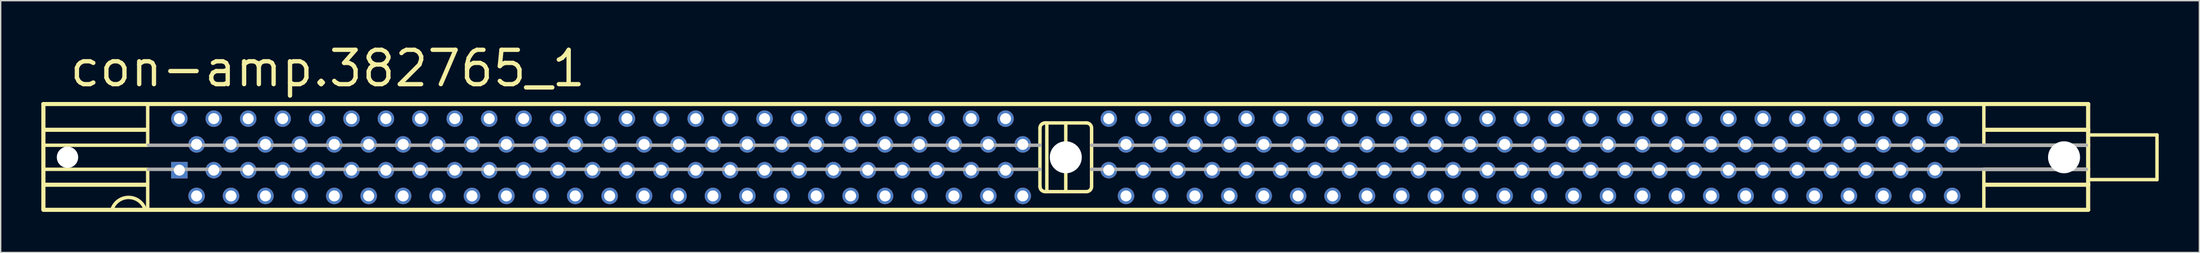
<source format=kicad_pcb>
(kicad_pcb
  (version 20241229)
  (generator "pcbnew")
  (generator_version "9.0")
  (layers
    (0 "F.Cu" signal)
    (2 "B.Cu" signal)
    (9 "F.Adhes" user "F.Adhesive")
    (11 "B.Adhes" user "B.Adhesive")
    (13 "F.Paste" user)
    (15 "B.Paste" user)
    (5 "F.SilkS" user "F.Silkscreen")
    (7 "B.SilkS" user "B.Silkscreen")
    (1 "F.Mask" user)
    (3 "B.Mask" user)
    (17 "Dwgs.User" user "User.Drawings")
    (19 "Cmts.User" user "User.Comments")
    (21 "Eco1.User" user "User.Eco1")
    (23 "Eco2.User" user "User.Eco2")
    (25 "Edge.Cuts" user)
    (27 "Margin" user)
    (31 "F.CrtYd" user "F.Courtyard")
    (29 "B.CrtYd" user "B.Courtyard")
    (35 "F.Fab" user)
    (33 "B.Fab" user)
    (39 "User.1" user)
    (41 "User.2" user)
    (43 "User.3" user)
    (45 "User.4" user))
  (footprint "con-amp.382765_1"
    (layer "F.Cu")
    (at 75.59 8.58)
    (property "Reference" "con-amp.382765_1" (at -73.66 -5.08 0) (layer "F.SilkS") (effects (font (size 2.54 2.54) (thickness 0.32)) (justify left bottom)))
    (attr through_hole)
    (fp_line (start -75.438 -3.937) (end -75.438 3.81) (stroke (width 0.305) (type default)) (layer "F.SilkS"))
    (fp_line (start -75.438 -3.937) (end 75.438 -3.937) (stroke (width 0.305) (type default)) (layer "F.SilkS"))
    (fp_line (start -75.438 -0.889) (end -67.818 -0.889) (stroke (width 0.254) (type default)) (layer "F.SilkS"))
    (fp_line (start -75.438 0.889) (end -67.818 0.889) (stroke (width 0.254) (type default)) (layer "F.SilkS"))
    (fp_line (start -75.311 -2.032) (end -67.818 -2.032) (stroke (width 0.305) (type default)) (layer "F.SilkS"))
    (fp_line (start -75.311 2.032) (end -67.818 2.032) (stroke (width 0.305) (type default)) (layer "F.SilkS"))
    (fp_line (start -67.742 -3.861) (end -67.742 -0.889) (stroke (width 0.254) (type default)) (layer "F.SilkS"))
    (fp_line (start -67.742 0.889) (end -67.742 3.81) (stroke (width 0.254) (type default)) (layer "F.SilkS"))
    (fp_line (start -1.905 -2.159) (end -1.905 2.159) (stroke (width 0.254) (type default)) (layer "F.SilkS"))
    (fp_line (start -1.524 2.54) (end -1.397 2.54) (stroke (width 0.254) (type default)) (layer "F.SilkS"))
    (fp_line (start -1.397 -2.54) (end -1.524 -2.54) (stroke (width 0.254) (type default)) (layer "F.SilkS"))
    (fp_line (start -1.397 2.54) (end -1.397 -2.54) (stroke (width 0.254) (type default)) (layer "F.SilkS"))
    (fp_line (start -1.397 2.54) (end 0 2.54) (stroke (width 0.254) (type default)) (layer "F.SilkS"))
    (fp_line (start 0 -2.54) (end -1.397 -2.54) (stroke (width 0.254) (type default)) (layer "F.SilkS"))
    (fp_line (start 0 2.54) (end 0 -2.54) (stroke (width 0.254) (type default)) (layer "F.SilkS"))
    (fp_line (start 0 2.54) (end 1.524 2.54) (stroke (width 0.254) (type default)) (layer "F.SilkS"))
    (fp_line (start 1.524 -2.54) (end 0 -2.54) (stroke (width 0.254) (type default)) (layer "F.SilkS"))
    (fp_line (start 1.905 2.159) (end 1.905 -2.159) (stroke (width 0.254) (type default)) (layer "F.SilkS"))
    (fp_line (start 67.742 -3.861) (end 67.742 -0.889) (stroke (width 0.254) (type default)) (layer "F.SilkS"))
    (fp_line (start 67.742 0.889) (end 67.742 3.81) (stroke (width 0.254) (type default)) (layer "F.SilkS"))
    (fp_line (start 75.438 -3.937) (end 75.438 -2.032) (stroke (width 0.305) (type default)) (layer "F.SilkS"))
    (fp_line (start 75.438 -2.032) (end 67.818 -2.032) (stroke (width 0.305) (type default)) (layer "F.SilkS"))
    (fp_line (start 75.438 -2.032) (end 75.438 -0.889) (stroke (width 0.305) (type default)) (layer "F.SilkS"))
    (fp_line (start 75.438 -0.889) (end 67.818 -0.889) (stroke (width 0.254) (type default)) (layer "F.SilkS"))
    (fp_line (start 75.438 -0.889) (end 75.438 0.889) (stroke (width 0.305) (type default)) (layer "F.SilkS"))
    (fp_line (start 75.438 0.889) (end 67.818 0.889) (stroke (width 0.254) (type default)) (layer "F.SilkS"))
    (fp_line (start 75.438 0.889) (end 75.438 2.032) (stroke (width 0.305) (type default)) (layer "F.SilkS"))
    (fp_line (start 75.438 2.032) (end 67.818 2.032) (stroke (width 0.305) (type default)) (layer "F.SilkS"))
    (fp_line (start 75.438 2.032) (end 75.438 3.886) (stroke (width 0.305) (type default)) (layer "F.SilkS"))
    (fp_line (start 75.438 3.886) (end -75.438 3.886) (stroke (width 0.305) (type default)) (layer "F.SilkS"))
    (fp_line (start 75.565 -1.651) (end 80.518 -1.651) (stroke (width 0.254) (type default)) (layer "F.SilkS"))
    (fp_line (start 80.518 -1.651) (end 80.518 1.651) (stroke (width 0.254) (type default)) (layer "F.SilkS"))
    (fp_line (start 80.518 1.651) (end 75.565 1.651) (stroke (width 0.254) (type default)) (layer "F.SilkS"))
    (fp_arc (start -70.358 3.81) (mid -69.1515 2.968723) (end -67.945 3.81) (stroke (width 0.254) (type default)) (layer "F.SilkS"))
    (fp_arc (start -1.905 -2.159) (mid -1.793408 -2.428408) (end -1.524 -2.54) (stroke (width 0.254) (type default)) (layer "F.SilkS"))
    (fp_arc (start -1.524 2.54) (mid -1.793408 2.428408) (end -1.905 2.159) (stroke (width 0.254) (type default)) (layer "F.SilkS"))
    (fp_arc (start 1.524 -2.54) (mid 1.793408 -2.428408) (end 1.905 -2.159) (stroke (width 0.254) (type default)) (layer "F.SilkS"))
    (fp_arc (start 1.905 2.159) (mid 1.793408 2.428408) (end 1.524 2.54) (stroke (width 0.254) (type default)) (layer "F.SilkS"))
    (fp_line (start -67.691 -0.889) (end -1.905 -0.889) (stroke (width 0.254) (type default)) (layer "F.Fab"))
    (fp_line (start -67.691 0.889) (end -1.905 0.889) (stroke (width 0.254) (type default)) (layer "F.Fab"))
    (fp_line (start 1.905 -0.889) (end 75.311 -0.889) (stroke (width 0.254) (type default)) (layer "F.Fab"))
    (fp_line (start 1.905 0.889) (end 75.311 0.889) (stroke (width 0.254) (type default)) (layer "F.Fab"))
    (pad "" np_thru_hole circle (at -73.66 0) (size 1.575 1.575) (drill 1.575) (layers "*.Cu" "*.Mask"))
    (pad "" np_thru_hole circle (at 0 0) (size 2.362 2.362) (drill 2.362) (layers "*.Cu" "*.Mask"))
    (pad "" np_thru_hole circle (at 73.66 0) (size 2.362 2.362) (drill 2.362) (layers "*.Cu" "*.Mask"))
    (pad "1" thru_hole rect (at -65.405 0.953) (size 1.219 1.219) (drill 0.813) (layers "*.Cu" "*.Mask"))
    (pad "2" thru_hole circle (at -64.135 2.857) (size 1.219 1.219) (drill 0.813) (layers "*.Cu" "*.Mask"))
    (pad "3" thru_hole circle (at -62.865 0.953) (size 1.219 1.219) (drill 0.813) (layers "*.Cu" "*.Mask"))
    (pad "4" thru_hole circle (at -61.595 2.857) (size 1.219 1.219) (drill 0.813) (layers "*.Cu" "*.Mask"))
    (pad "5" thru_hole circle (at -60.325 0.953) (size 1.219 1.219) (drill 0.813) (layers "*.Cu" "*.Mask"))
    (pad "6" thru_hole circle (at -59.055 2.857) (size 1.219 1.219) (drill 0.813) (layers "*.Cu" "*.Mask"))
    (pad "7" thru_hole circle (at -57.785 0.953) (size 1.219 1.219) (drill 0.813) (layers "*.Cu" "*.Mask"))
    (pad "8" thru_hole circle (at -56.515 2.857) (size 1.219 1.219) (drill 0.813) (layers "*.Cu" "*.Mask"))
    (pad "9" thru_hole circle (at -55.245 0.953) (size 1.219 1.219) (drill 0.813) (layers "*.Cu" "*.Mask"))
    (pad "10" thru_hole circle (at -53.975 2.857) (size 1.219 1.219) (drill 0.813) (layers "*.Cu" "*.Mask"))
    (pad "11" thru_hole circle (at -52.705 0.953) (size 1.219 1.219) (drill 0.813) (layers "*.Cu" "*.Mask"))
    (pad "12" thru_hole circle (at -51.435 2.857) (size 1.219 1.219) (drill 0.813) (layers "*.Cu" "*.Mask"))
    (pad "13" thru_hole circle (at -50.165 0.953) (size 1.219 1.219) (drill 0.813) (layers "*.Cu" "*.Mask"))
    (pad "14" thru_hole circle (at -48.895 2.857) (size 1.219 1.219) (drill 0.813) (layers "*.Cu" "*.Mask"))
    (pad "15" thru_hole circle (at -47.625 0.953) (size 1.219 1.219) (drill 0.813) (layers "*.Cu" "*.Mask"))
    (pad "16" thru_hole circle (at -46.355 2.857) (size 1.219 1.219) (drill 0.813) (layers "*.Cu" "*.Mask"))
    (pad "17" thru_hole circle (at -45.085 0.953) (size 1.219 1.219) (drill 0.813) (layers "*.Cu" "*.Mask"))
    (pad "18" thru_hole circle (at -43.815 2.857) (size 1.219 1.219) (drill 0.813) (layers "*.Cu" "*.Mask"))
    (pad "19" thru_hole circle (at -42.545 0.953) (size 1.219 1.219) (drill 0.813) (layers "*.Cu" "*.Mask"))
    (pad "20" thru_hole circle (at -41.275 2.857) (size 1.219 1.219) (drill 0.813) (layers "*.Cu" "*.Mask"))
    (pad "21" thru_hole circle (at -40.005 0.953) (size 1.219 1.219) (drill 0.813) (layers "*.Cu" "*.Mask"))
    (pad "22" thru_hole circle (at -38.735 2.857) (size 1.219 1.219) (drill 0.813) (layers "*.Cu" "*.Mask"))
    (pad "23" thru_hole circle (at -37.465 0.953) (size 1.219 1.219) (drill 0.813) (layers "*.Cu" "*.Mask"))
    (pad "24" thru_hole circle (at -36.195 2.857) (size 1.219 1.219) (drill 0.813) (layers "*.Cu" "*.Mask"))
    (pad "25" thru_hole circle (at -34.925 0.953) (size 1.219 1.219) (drill 0.813) (layers "*.Cu" "*.Mask"))
    (pad "26" thru_hole circle (at -33.655 2.857) (size 1.219 1.219) (drill 0.813) (layers "*.Cu" "*.Mask"))
    (pad "27" thru_hole circle (at -32.385 0.953) (size 1.219 1.219) (drill 0.813) (layers "*.Cu" "*.Mask"))
    (pad "28" thru_hole circle (at -31.115 2.857) (size 1.219 1.219) (drill 0.813) (layers "*.Cu" "*.Mask"))
    (pad "29" thru_hole circle (at -29.845 0.953) (size 1.219 1.219) (drill 0.813) (layers "*.Cu" "*.Mask"))
    (pad "30" thru_hole circle (at -28.575 2.857) (size 1.219 1.219) (drill 0.813) (layers "*.Cu" "*.Mask"))
    (pad "31" thru_hole circle (at -27.305 0.953) (size 1.219 1.219) (drill 0.813) (layers "*.Cu" "*.Mask"))
    (pad "32" thru_hole circle (at -26.035 2.857) (size 1.219 1.219) (drill 0.813) (layers "*.Cu" "*.Mask"))
    (pad "33" thru_hole circle (at -24.765 0.953) (size 1.219 1.219) (drill 0.813) (layers "*.Cu" "*.Mask"))
    (pad "34" thru_hole circle (at -23.495 2.857) (size 1.219 1.219) (drill 0.813) (layers "*.Cu" "*.Mask"))
    (pad "35" thru_hole circle (at -22.225 0.953) (size 1.219 1.219) (drill 0.813) (layers "*.Cu" "*.Mask"))
    (pad "36" thru_hole circle (at -20.955 2.857) (size 1.219 1.219) (drill 0.813) (layers "*.Cu" "*.Mask"))
    (pad "37" thru_hole circle (at -19.685 0.953) (size 1.219 1.219) (drill 0.813) (layers "*.Cu" "*.Mask"))
    (pad "38" thru_hole circle (at -18.415 2.857) (size 1.219 1.219) (drill 0.813) (layers "*.Cu" "*.Mask"))
    (pad "39" thru_hole circle (at -17.145 0.953) (size 1.219 1.219) (drill 0.813) (layers "*.Cu" "*.Mask"))
    (pad "40" thru_hole circle (at -15.875 2.857) (size 1.219 1.219) (drill 0.813) (layers "*.Cu" "*.Mask"))
    (pad "41" thru_hole circle (at -14.605 0.953) (size 1.219 1.219) (drill 0.813) (layers "*.Cu" "*.Mask"))
    (pad "42" thru_hole circle (at -13.335 2.857) (size 1.219 1.219) (drill 0.813) (layers "*.Cu" "*.Mask"))
    (pad "43" thru_hole circle (at -12.065 0.953) (size 1.219 1.219) (drill 0.813) (layers "*.Cu" "*.Mask"))
    (pad "44" thru_hole circle (at -10.795 2.857) (size 1.219 1.219) (drill 0.813) (layers "*.Cu" "*.Mask"))
    (pad "45" thru_hole circle (at -9.525 0.953) (size 1.219 1.219) (drill 0.813) (layers "*.Cu" "*.Mask"))
    (pad "46" thru_hole circle (at -8.255 2.857) (size 1.219 1.219) (drill 0.813) (layers "*.Cu" "*.Mask"))
    (pad "47" thru_hole circle (at -6.985 0.953) (size 1.219 1.219) (drill 0.813) (layers "*.Cu" "*.Mask"))
    (pad "48" thru_hole circle (at -5.715 2.857) (size 1.219 1.219) (drill 0.813) (layers "*.Cu" "*.Mask"))
    (pad "49" thru_hole circle (at -4.445 0.953) (size 1.219 1.219) (drill 0.813) (layers "*.Cu" "*.Mask"))
    (pad "50" thru_hole circle (at -3.175 2.857) (size 1.219 1.219) (drill 0.813) (layers "*.Cu" "*.Mask"))
    (pad "51" thru_hole circle (at 3.175 0.953) (size 1.219 1.219) (drill 0.813) (layers "*.Cu" "*.Mask"))
    (pad "52" thru_hole circle (at 4.445 2.857) (size 1.219 1.219) (drill 0.813) (layers "*.Cu" "*.Mask"))
    (pad "53" thru_hole circle (at 5.715 0.953) (size 1.219 1.219) (drill 0.813) (layers "*.Cu" "*.Mask"))
    (pad "54" thru_hole circle (at 6.985 2.857) (size 1.219 1.219) (drill 0.813) (layers "*.Cu" "*.Mask"))
    (pad "55" thru_hole circle (at 8.255 0.953) (size 1.219 1.219) (drill 0.813) (layers "*.Cu" "*.Mask"))
    (pad "56" thru_hole circle (at 9.525 2.857) (size 1.219 1.219) (drill 0.813) (layers "*.Cu" "*.Mask"))
    (pad "57" thru_hole circle (at 10.795 0.953) (size 1.219 1.219) (drill 0.813) (layers "*.Cu" "*.Mask"))
    (pad "58" thru_hole circle (at 12.065 2.857) (size 1.219 1.219) (drill 0.813) (layers "*.Cu" "*.Mask"))
    (pad "59" thru_hole circle (at 13.335 0.953) (size 1.219 1.219) (drill 0.813) (layers "*.Cu" "*.Mask"))
    (pad "60" thru_hole circle (at 14.605 2.857) (size 1.219 1.219) (drill 0.813) (layers "*.Cu" "*.Mask"))
    (pad "61" thru_hole circle (at 15.875 0.953) (size 1.219 1.219) (drill 0.813) (layers "*.Cu" "*.Mask"))
    (pad "62" thru_hole circle (at 17.145 2.857) (size 1.219 1.219) (drill 0.813) (layers "*.Cu" "*.Mask"))
    (pad "63" thru_hole circle (at 18.415 0.953) (size 1.219 1.219) (drill 0.813) (layers "*.Cu" "*.Mask"))
    (pad "64" thru_hole circle (at 19.685 2.857) (size 1.219 1.219) (drill 0.813) (layers "*.Cu" "*.Mask"))
    (pad "65" thru_hole circle (at 20.955 0.953) (size 1.219 1.219) (drill 0.813) (layers "*.Cu" "*.Mask"))
    (pad "66" thru_hole circle (at 22.225 2.857) (size 1.219 1.219) (drill 0.813) (layers "*.Cu" "*.Mask"))
    (pad "67" thru_hole circle (at 23.495 0.953) (size 1.219 1.219) (drill 0.813) (layers "*.Cu" "*.Mask"))
    (pad "68" thru_hole circle (at 24.765 2.857) (size 1.219 1.219) (drill 0.813) (layers "*.Cu" "*.Mask"))
    (pad "69" thru_hole circle (at 26.035 0.953) (size 1.219 1.219) (drill 0.813) (layers "*.Cu" "*.Mask"))
    (pad "70" thru_hole circle (at 27.305 2.857) (size 1.219 1.219) (drill 0.813) (layers "*.Cu" "*.Mask"))
    (pad "71" thru_hole circle (at 28.575 0.953) (size 1.219 1.219) (drill 0.813) (layers "*.Cu" "*.Mask"))
    (pad "72" thru_hole circle (at 29.845 2.857) (size 1.219 1.219) (drill 0.813) (layers "*.Cu" "*.Mask"))
    (pad "73" thru_hole circle (at 31.115 0.953) (size 1.219 1.219) (drill 0.813) (layers "*.Cu" "*.Mask"))
    (pad "74" thru_hole circle (at 32.385 2.857) (size 1.219 1.219) (drill 0.813) (layers "*.Cu" "*.Mask"))
    (pad "75" thru_hole circle (at 33.655 0.953) (size 1.219 1.219) (drill 0.813) (layers "*.Cu" "*.Mask"))
    (pad "76" thru_hole circle (at 34.925 2.857) (size 1.219 1.219) (drill 0.813) (layers "*.Cu" "*.Mask"))
    (pad "77" thru_hole circle (at 36.195 0.953) (size 1.219 1.219) (drill 0.813) (layers "*.Cu" "*.Mask"))
    (pad "78" thru_hole circle (at 37.465 2.857) (size 1.219 1.219) (drill 0.813) (layers "*.Cu" "*.Mask"))
    (pad "79" thru_hole circle (at 38.735 0.953) (size 1.219 1.219) (drill 0.813) (layers "*.Cu" "*.Mask"))
    (pad "80" thru_hole circle (at 40.005 2.857) (size 1.219 1.219) (drill 0.813) (layers "*.Cu" "*.Mask"))
    (pad "81" thru_hole circle (at 41.275 0.953) (size 1.219 1.219) (drill 0.813) (layers "*.Cu" "*.Mask"))
    (pad "82" thru_hole circle (at 42.545 2.857) (size 1.219 1.219) (drill 0.813) (layers "*.Cu" "*.Mask"))
    (pad "83" thru_hole circle (at 43.815 0.953) (size 1.219 1.219) (drill 0.813) (layers "*.Cu" "*.Mask"))
    (pad "84" thru_hole circle (at 45.085 2.857) (size 1.219 1.219) (drill 0.813) (layers "*.Cu" "*.Mask"))
    (pad "85" thru_hole circle (at 46.355 0.953) (size 1.219 1.219) (drill 0.813) (layers "*.Cu" "*.Mask"))
    (pad "86" thru_hole circle (at 47.625 2.857) (size 1.219 1.219) (drill 0.813) (layers "*.Cu" "*.Mask"))
    (pad "87" thru_hole circle (at 48.895 0.953) (size 1.219 1.219) (drill 0.813) (layers "*.Cu" "*.Mask"))
    (pad "88" thru_hole circle (at 50.165 2.857) (size 1.219 1.219) (drill 0.813) (layers "*.Cu" "*.Mask"))
    (pad "89" thru_hole circle (at 51.435 0.953) (size 1.219 1.219) (drill 0.813) (layers "*.Cu" "*.Mask"))
    (pad "90" thru_hole circle (at 52.705 2.857) (size 1.219 1.219) (drill 0.813) (layers "*.Cu" "*.Mask"))
    (pad "91" thru_hole circle (at 53.975 0.953) (size 1.219 1.219) (drill 0.813) (layers "*.Cu" "*.Mask"))
    (pad "92" thru_hole circle (at 55.245 2.857) (size 1.219 1.219) (drill 0.813) (layers "*.Cu" "*.Mask"))
    (pad "93" thru_hole circle (at 56.515 0.953) (size 1.219 1.219) (drill 0.813) (layers "*.Cu" "*.Mask"))
    (pad "94" thru_hole circle (at 57.785 2.857) (size 1.219 1.219) (drill 0.813) (layers "*.Cu" "*.Mask"))
    (pad "95" thru_hole circle (at 59.055 0.953) (size 1.219 1.219) (drill 0.813) (layers "*.Cu" "*.Mask"))
    (pad "96" thru_hole circle (at 60.325 2.857) (size 1.219 1.219) (drill 0.813) (layers "*.Cu" "*.Mask"))
    (pad "97" thru_hole circle (at 61.595 0.953) (size 1.219 1.219) (drill 0.813) (layers "*.Cu" "*.Mask"))
    (pad "98" thru_hole circle (at 62.865 2.857) (size 1.219 1.219) (drill 0.813) (layers "*.Cu" "*.Mask"))
    (pad "99" thru_hole circle (at 64.135 0.953) (size 1.219 1.219) (drill 0.813) (layers "*.Cu" "*.Mask"))
    (pad "100" thru_hole circle (at 65.405 2.857) (size 1.219 1.219) (drill 0.813) (layers "*.Cu" "*.Mask"))
    (pad "101" thru_hole circle (at -65.405 -2.857) (size 1.219 1.219) (drill 0.813) (layers "*.Cu" "*.Mask"))
    (pad "102" thru_hole circle (at -64.135 -0.953) (size 1.219 1.219) (drill 0.813) (layers "*.Cu" "*.Mask"))
    (pad "103" thru_hole circle (at -62.865 -2.857) (size 1.219 1.219) (drill 0.813) (layers "*.Cu" "*.Mask"))
    (pad "104" thru_hole circle (at -61.595 -0.953) (size 1.219 1.219) (drill 0.813) (layers "*.Cu" "*.Mask"))
    (pad "105" thru_hole circle (at -60.325 -2.857) (size 1.219 1.219) (drill 0.813) (layers "*.Cu" "*.Mask"))
    (pad "106" thru_hole circle (at -59.055 -0.953) (size 1.219 1.219) (drill 0.813) (layers "*.Cu" "*.Mask"))
    (pad "107" thru_hole circle (at -57.785 -2.857) (size 1.219 1.219) (drill 0.813) (layers "*.Cu" "*.Mask"))
    (pad "108" thru_hole circle (at -56.515 -0.953) (size 1.219 1.219) (drill 0.813) (layers "*.Cu" "*.Mask"))
    (pad "109" thru_hole circle (at -55.245 -2.857) (size 1.219 1.219) (drill 0.813) (layers "*.Cu" "*.Mask"))
    (pad "110" thru_hole circle (at -53.975 -0.953) (size 1.219 1.219) (drill 0.813) (layers "*.Cu" "*.Mask"))
    (pad "111" thru_hole circle (at -52.705 -2.857) (size 1.219 1.219) (drill 0.813) (layers "*.Cu" "*.Mask"))
    (pad "112" thru_hole circle (at -51.435 -0.953) (size 1.219 1.219) (drill 0.813) (layers "*.Cu" "*.Mask"))
    (pad "113" thru_hole circle (at -50.165 -2.857) (size 1.219 1.219) (drill 0.813) (layers "*.Cu" "*.Mask"))
    (pad "114" thru_hole circle (at -48.895 -0.953) (size 1.219 1.219) (drill 0.813) (layers "*.Cu" "*.Mask"))
    (pad "115" thru_hole circle (at -47.625 -2.857) (size 1.219 1.219) (drill 0.813) (layers "*.Cu" "*.Mask"))
    (pad "116" thru_hole circle (at -46.355 -0.953) (size 1.219 1.219) (drill 0.813) (layers "*.Cu" "*.Mask"))
    (pad "117" thru_hole circle (at -45.085 -2.857) (size 1.219 1.219) (drill 0.813) (layers "*.Cu" "*.Mask"))
    (pad "118" thru_hole circle (at -43.815 -0.953) (size 1.219 1.219) (drill 0.813) (layers "*.Cu" "*.Mask"))
    (pad "119" thru_hole circle (at -42.545 -2.857) (size 1.219 1.219) (drill 0.813) (layers "*.Cu" "*.Mask"))
    (pad "120" thru_hole circle (at -41.275 -0.953) (size 1.219 1.219) (drill 0.813) (layers "*.Cu" "*.Mask"))
    (pad "121" thru_hole circle (at -40.005 -2.857) (size 1.219 1.219) (drill 0.813) (layers "*.Cu" "*.Mask"))
    (pad "122" thru_hole circle (at -38.735 -0.953) (size 1.219 1.219) (drill 0.813) (layers "*.Cu" "*.Mask"))
    (pad "123" thru_hole circle (at -37.465 -2.857) (size 1.219 1.219) (drill 0.813) (layers "*.Cu" "*.Mask"))
    (pad "124" thru_hole circle (at -36.195 -0.953) (size 1.219 1.219) (drill 0.813) (layers "*.Cu" "*.Mask"))
    (pad "125" thru_hole circle (at -34.925 -2.857) (size 1.219 1.219) (drill 0.813) (layers "*.Cu" "*.Mask"))
    (pad "126" thru_hole circle (at -33.655 -0.953) (size 1.219 1.219) (drill 0.813) (layers "*.Cu" "*.Mask"))
    (pad "127" thru_hole circle (at -32.385 -2.857) (size 1.219 1.219) (drill 0.813) (layers "*.Cu" "*.Mask"))
    (pad "128" thru_hole circle (at -31.115 -0.953) (size 1.219 1.219) (drill 0.813) (layers "*.Cu" "*.Mask"))
    (pad "129" thru_hole circle (at -29.845 -2.857) (size 1.219 1.219) (drill 0.813) (layers "*.Cu" "*.Mask"))
    (pad "130" thru_hole circle (at -28.575 -0.953) (size 1.219 1.219) (drill 0.813) (layers "*.Cu" "*.Mask"))
    (pad "131" thru_hole circle (at -27.305 -2.857) (size 1.219 1.219) (drill 0.813) (layers "*.Cu" "*.Mask"))
    (pad "132" thru_hole circle (at -26.035 -0.953) (size 1.219 1.219) (drill 0.813) (layers "*.Cu" "*.Mask"))
    (pad "133" thru_hole circle (at -24.765 -2.857) (size 1.219 1.219) (drill 0.813) (layers "*.Cu" "*.Mask"))
    (pad "134" thru_hole circle (at -23.495 -0.953) (size 1.219 1.219) (drill 0.813) (layers "*.Cu" "*.Mask"))
    (pad "135" thru_hole circle (at -22.225 -2.857) (size 1.219 1.219) (drill 0.813) (layers "*.Cu" "*.Mask"))
    (pad "136" thru_hole circle (at -20.955 -0.953) (size 1.219 1.219) (drill 0.813) (layers "*.Cu" "*.Mask"))
    (pad "137" thru_hole circle (at -19.685 -2.857) (size 1.219 1.219) (drill 0.813) (layers "*.Cu" "*.Mask"))
    (pad "138" thru_hole circle (at -18.415 -0.953) (size 1.219 1.219) (drill 0.813) (layers "*.Cu" "*.Mask"))
    (pad "139" thru_hole circle (at -17.145 -2.857) (size 1.219 1.219) (drill 0.813) (layers "*.Cu" "*.Mask"))
    (pad "140" thru_hole circle (at -15.875 -0.953) (size 1.219 1.219) (drill 0.813) (layers "*.Cu" "*.Mask"))
    (pad "141" thru_hole circle (at -14.605 -2.857) (size 1.219 1.219) (drill 0.813) (layers "*.Cu" "*.Mask"))
    (pad "142" thru_hole circle (at -13.335 -0.953) (size 1.219 1.219) (drill 0.813) (layers "*.Cu" "*.Mask"))
    (pad "143" thru_hole circle (at -12.065 -2.857) (size 1.219 1.219) (drill 0.813) (layers "*.Cu" "*.Mask"))
    (pad "144" thru_hole circle (at -10.795 -0.953) (size 1.219 1.219) (drill 0.813) (layers "*.Cu" "*.Mask"))
    (pad "145" thru_hole circle (at -9.525 -2.857) (size 1.219 1.219) (drill 0.813) (layers "*.Cu" "*.Mask"))
    (pad "146" thru_hole circle (at -8.255 -0.953) (size 1.219 1.219) (drill 0.813) (layers "*.Cu" "*.Mask"))
    (pad "147" thru_hole circle (at -6.985 -2.857) (size 1.219 1.219) (drill 0.813) (layers "*.Cu" "*.Mask"))
    (pad "148" thru_hole circle (at -5.715 -0.953) (size 1.219 1.219) (drill 0.813) (layers "*.Cu" "*.Mask"))
    (pad "149" thru_hole circle (at -4.445 -2.857) (size 1.219 1.219) (drill 0.813) (layers "*.Cu" "*.Mask"))
    (pad "150" thru_hole circle (at -3.175 -0.953) (size 1.219 1.219) (drill 0.813) (layers "*.Cu" "*.Mask"))
    (pad "151" thru_hole circle (at 3.175 -2.857) (size 1.219 1.219) (drill 0.813) (layers "*.Cu" "*.Mask"))
    (pad "152" thru_hole circle (at 4.445 -0.953) (size 1.219 1.219) (drill 0.813) (layers "*.Cu" "*.Mask"))
    (pad "153" thru_hole circle (at 5.715 -2.857) (size 1.219 1.219) (drill 0.813) (layers "*.Cu" "*.Mask"))
    (pad "154" thru_hole circle (at 6.985 -0.953) (size 1.219 1.219) (drill 0.813) (layers "*.Cu" "*.Mask"))
    (pad "155" thru_hole circle (at 8.255 -2.857) (size 1.219 1.219) (drill 0.813) (layers "*.Cu" "*.Mask"))
    (pad "156" thru_hole circle (at 9.525 -0.953) (size 1.219 1.219) (drill 0.813) (layers "*.Cu" "*.Mask"))
    (pad "157" thru_hole circle (at 10.795 -2.857) (size 1.219 1.219) (drill 0.813) (layers "*.Cu" "*.Mask"))
    (pad "158" thru_hole circle (at 12.065 -0.953) (size 1.219 1.219) (drill 0.813) (layers "*.Cu" "*.Mask"))
    (pad "159" thru_hole circle (at 13.335 -2.857) (size 1.219 1.219) (drill 0.813) (layers "*.Cu" "*.Mask"))
    (pad "160" thru_hole circle (at 14.605 -0.953) (size 1.219 1.219) (drill 0.813) (layers "*.Cu" "*.Mask"))
    (pad "161" thru_hole circle (at 15.875 -2.857) (size 1.219 1.219) (drill 0.813) (layers "*.Cu" "*.Mask"))
    (pad "162" thru_hole circle (at 17.145 -0.953) (size 1.219 1.219) (drill 0.813) (layers "*.Cu" "*.Mask"))
    (pad "163" thru_hole circle (at 18.415 -2.857) (size 1.219 1.219) (drill 0.813) (layers "*.Cu" "*.Mask"))
    (pad "164" thru_hole circle (at 19.685 -0.953) (size 1.219 1.219) (drill 0.813) (layers "*.Cu" "*.Mask"))
    (pad "165" thru_hole circle (at 20.955 -2.857) (size 1.219 1.219) (drill 0.813) (layers "*.Cu" "*.Mask"))
    (pad "166" thru_hole circle (at 22.225 -0.953) (size 1.219 1.219) (drill 0.813) (layers "*.Cu" "*.Mask"))
    (pad "167" thru_hole circle (at 23.495 -2.857) (size 1.219 1.219) (drill 0.813) (layers "*.Cu" "*.Mask"))
    (pad "168" thru_hole circle (at 24.765 -0.953) (size 1.219 1.219) (drill 0.813) (layers "*.Cu" "*.Mask"))
    (pad "169" thru_hole circle (at 26.035 -2.857) (size 1.219 1.219) (drill 0.813) (layers "*.Cu" "*.Mask"))
    (pad "170" thru_hole circle (at 27.305 -0.953) (size 1.219 1.219) (drill 0.813) (layers "*.Cu" "*.Mask"))
    (pad "171" thru_hole circle (at 28.575 -2.857) (size 1.219 1.219) (drill 0.813) (layers "*.Cu" "*.Mask"))
    (pad "172" thru_hole circle (at 29.845 -0.953) (size 1.219 1.219) (drill 0.813) (layers "*.Cu" "*.Mask"))
    (pad "173" thru_hole circle (at 31.115 -2.857) (size 1.219 1.219) (drill 0.813) (layers "*.Cu" "*.Mask"))
    (pad "174" thru_hole circle (at 32.385 -0.953) (size 1.219 1.219) (drill 0.813) (layers "*.Cu" "*.Mask"))
    (pad "175" thru_hole circle (at 33.655 -2.857) (size 1.219 1.219) (drill 0.813) (layers "*.Cu" "*.Mask"))
    (pad "176" thru_hole circle (at 34.925 -0.953) (size 1.219 1.219) (drill 0.813) (layers "*.Cu" "*.Mask"))
    (pad "177" thru_hole circle (at 36.195 -2.857) (size 1.219 1.219) (drill 0.813) (layers "*.Cu" "*.Mask"))
    (pad "178" thru_hole circle (at 37.465 -0.953) (size 1.219 1.219) (drill 0.813) (layers "*.Cu" "*.Mask"))
    (pad "179" thru_hole circle (at 38.735 -2.857) (size 1.219 1.219) (drill 0.813) (layers "*.Cu" "*.Mask"))
    (pad "180" thru_hole circle (at 40.005 -0.953) (size 1.219 1.219) (drill 0.813) (layers "*.Cu" "*.Mask"))
    (pad "181" thru_hole circle (at 41.275 -2.857) (size 1.219 1.219) (drill 0.813) (layers "*.Cu" "*.Mask"))
    (pad "182" thru_hole circle (at 42.545 -0.953) (size 1.219 1.219) (drill 0.813) (layers "*.Cu" "*.Mask"))
    (pad "183" thru_hole circle (at 43.815 -2.857) (size 1.219 1.219) (drill 0.813) (layers "*.Cu" "*.Mask"))
    (pad "184" thru_hole circle (at 45.085 -0.953) (size 1.219 1.219) (drill 0.813) (layers "*.Cu" "*.Mask"))
    (pad "185" thru_hole circle (at 46.355 -2.857) (size 1.219 1.219) (drill 0.813) (layers "*.Cu" "*.Mask"))
    (pad "186" thru_hole circle (at 47.625 -0.953) (size 1.219 1.219) (drill 0.813) (layers "*.Cu" "*.Mask"))
    (pad "187" thru_hole circle (at 48.895 -2.857) (size 1.219 1.219) (drill 0.813) (layers "*.Cu" "*.Mask"))
    (pad "188" thru_hole circle (at 50.165 -0.953) (size 1.219 1.219) (drill 0.813) (layers "*.Cu" "*.Mask"))
    (pad "189" thru_hole circle (at 51.435 -2.857) (size 1.219 1.219) (drill 0.813) (layers "*.Cu" "*.Mask"))
    (pad "190" thru_hole circle (at 52.705 -0.953) (size 1.219 1.219) (drill 0.813) (layers "*.Cu" "*.Mask"))
    (pad "191" thru_hole circle (at 53.975 -2.857) (size 1.219 1.219) (drill 0.813) (layers "*.Cu" "*.Mask"))
    (pad "192" thru_hole circle (at 55.245 -0.953) (size 1.219 1.219) (drill 0.813) (layers "*.Cu" "*.Mask"))
    (pad "193" thru_hole circle (at 56.515 -2.857) (size 1.219 1.219) (drill 0.813) (layers "*.Cu" "*.Mask"))
    (pad "194" thru_hole circle (at 57.785 -0.953) (size 1.219 1.219) (drill 0.813) (layers "*.Cu" "*.Mask"))
    (pad "195" thru_hole circle (at 59.055 -2.857) (size 1.219 1.219) (drill 0.813) (layers "*.Cu" "*.Mask"))
    (pad "196" thru_hole circle (at 60.325 -0.953) (size 1.219 1.219) (drill 0.813) (layers "*.Cu" "*.Mask"))
    (pad "197" thru_hole circle (at 61.595 -2.857) (size 1.219 1.219) (drill 0.813) (layers "*.Cu" "*.Mask"))
    (pad "198" thru_hole circle (at 62.865 -0.953) (size 1.219 1.219) (drill 0.813) (layers "*.Cu" "*.Mask"))
    (pad "199" thru_hole circle (at 64.135 -2.857) (size 1.219 1.219) (drill 0.813) (layers "*.Cu" "*.Mask"))
    (pad "200" thru_hole circle (at 65.405 -0.953) (size 1.219 1.219) (drill 0.813) (layers "*.Cu" "*.Mask")))
  (gr_rect
    (start -3 -3)
    (end 159.235 15.619)
    (stroke (width 0.1) (type default))
    (fill no)
    (layer "Edge.Cuts")))
</source>
